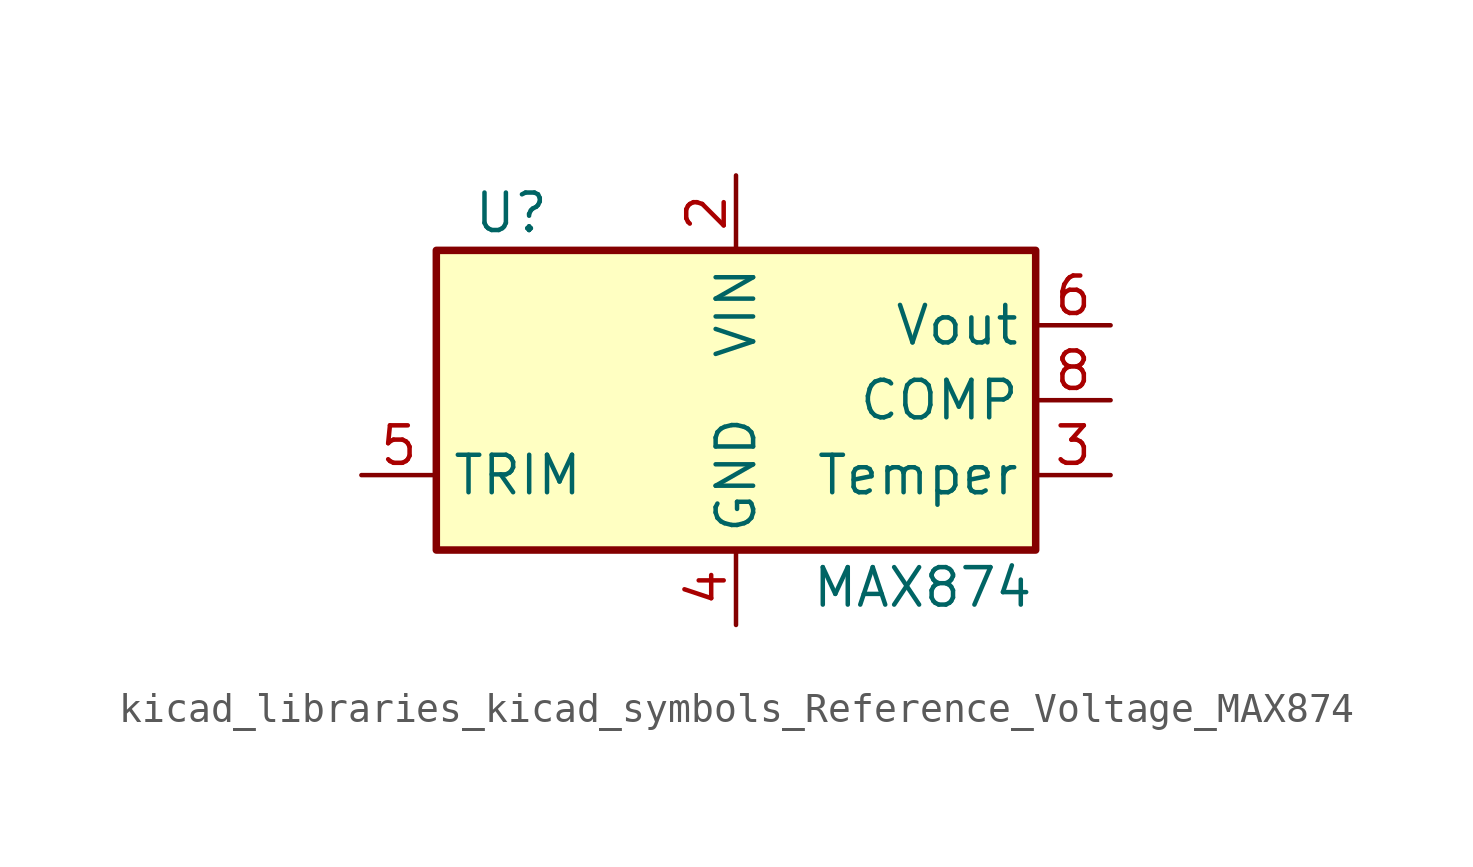
<source format=kicad_sym>
(kicad_symbol_lib
  (version 20220914)
  (generator kicad_symbol_editor)
  (symbol "kicad_libraries_kicad_symbols_Reference_Voltage_MAX874"
    (property "Reference" "U"
      (at -7.62 6.35 0)
      (effects (font (size 1.27 1.27))))
    (property "Value" "MAX874"
      (at 2.54 -6.35 0)
      (effects (font (size 1.27 1.27)) (justify left)))
    (symbol "kicad_libraries_kicad_symbols_Reference_Voltage_MAX874_0_1"
      (rectangle (start -10.16 5.08) (end 10.16 -5.08) (stroke (width 0.254) (type default)) (fill (type background))))
    (symbol "kicad_libraries_kicad_symbols_Reference_Voltage_MAX874_1_1"
      (pin no_connect line (at -10.16 0 0) (length 2.54) hide (name "IC" (effects (font (size 1.27 1.27)))) (number "1" (effects (font (size 1.27 1.27)))))
      (pin power_in line (at 0 7.62 270) (length 2.54) (name "VIN" (effects (font (size 1.27 1.27)))) (number "2" (effects (font (size 1.27 1.27)))))
      (pin output line (at 12.7 -2.54 180) (length 2.54) (name "Temper" (effects (font (size 1.27 1.27)))) (number "3" (effects (font (size 1.27 1.27)))))
      (pin power_in line (at 0 -7.62 90) (length 2.54) (name "GND" (effects (font (size 1.27 1.27)))) (number "4" (effects (font (size 1.27 1.27)))))
      (pin input line (at -12.7 -2.54 0) (length 2.54) (name "TRIM" (effects (font (size 1.27 1.27)))) (number "5" (effects (font (size 1.27 1.27)))))
      (pin power_out line (at 12.7 2.54 180) (length 2.54) (name "Vout" (effects (font (size 1.27 1.27)))) (number "6" (effects (font (size 1.27 1.27)))))
      (pin no_connect line (at -2.54 -5.08 90) (length 2.54) hide (name "IC" (effects (font (size 1.27 1.27)))) (number "7" (effects (font (size 1.27 1.27)))))
      (pin passive line (at 12.7 0 180) (length 2.54) (name "COMP" (effects (font (size 1.27 1.27)))) (number "8" (effects (font (size 1.27 1.27))))))))
</source>
